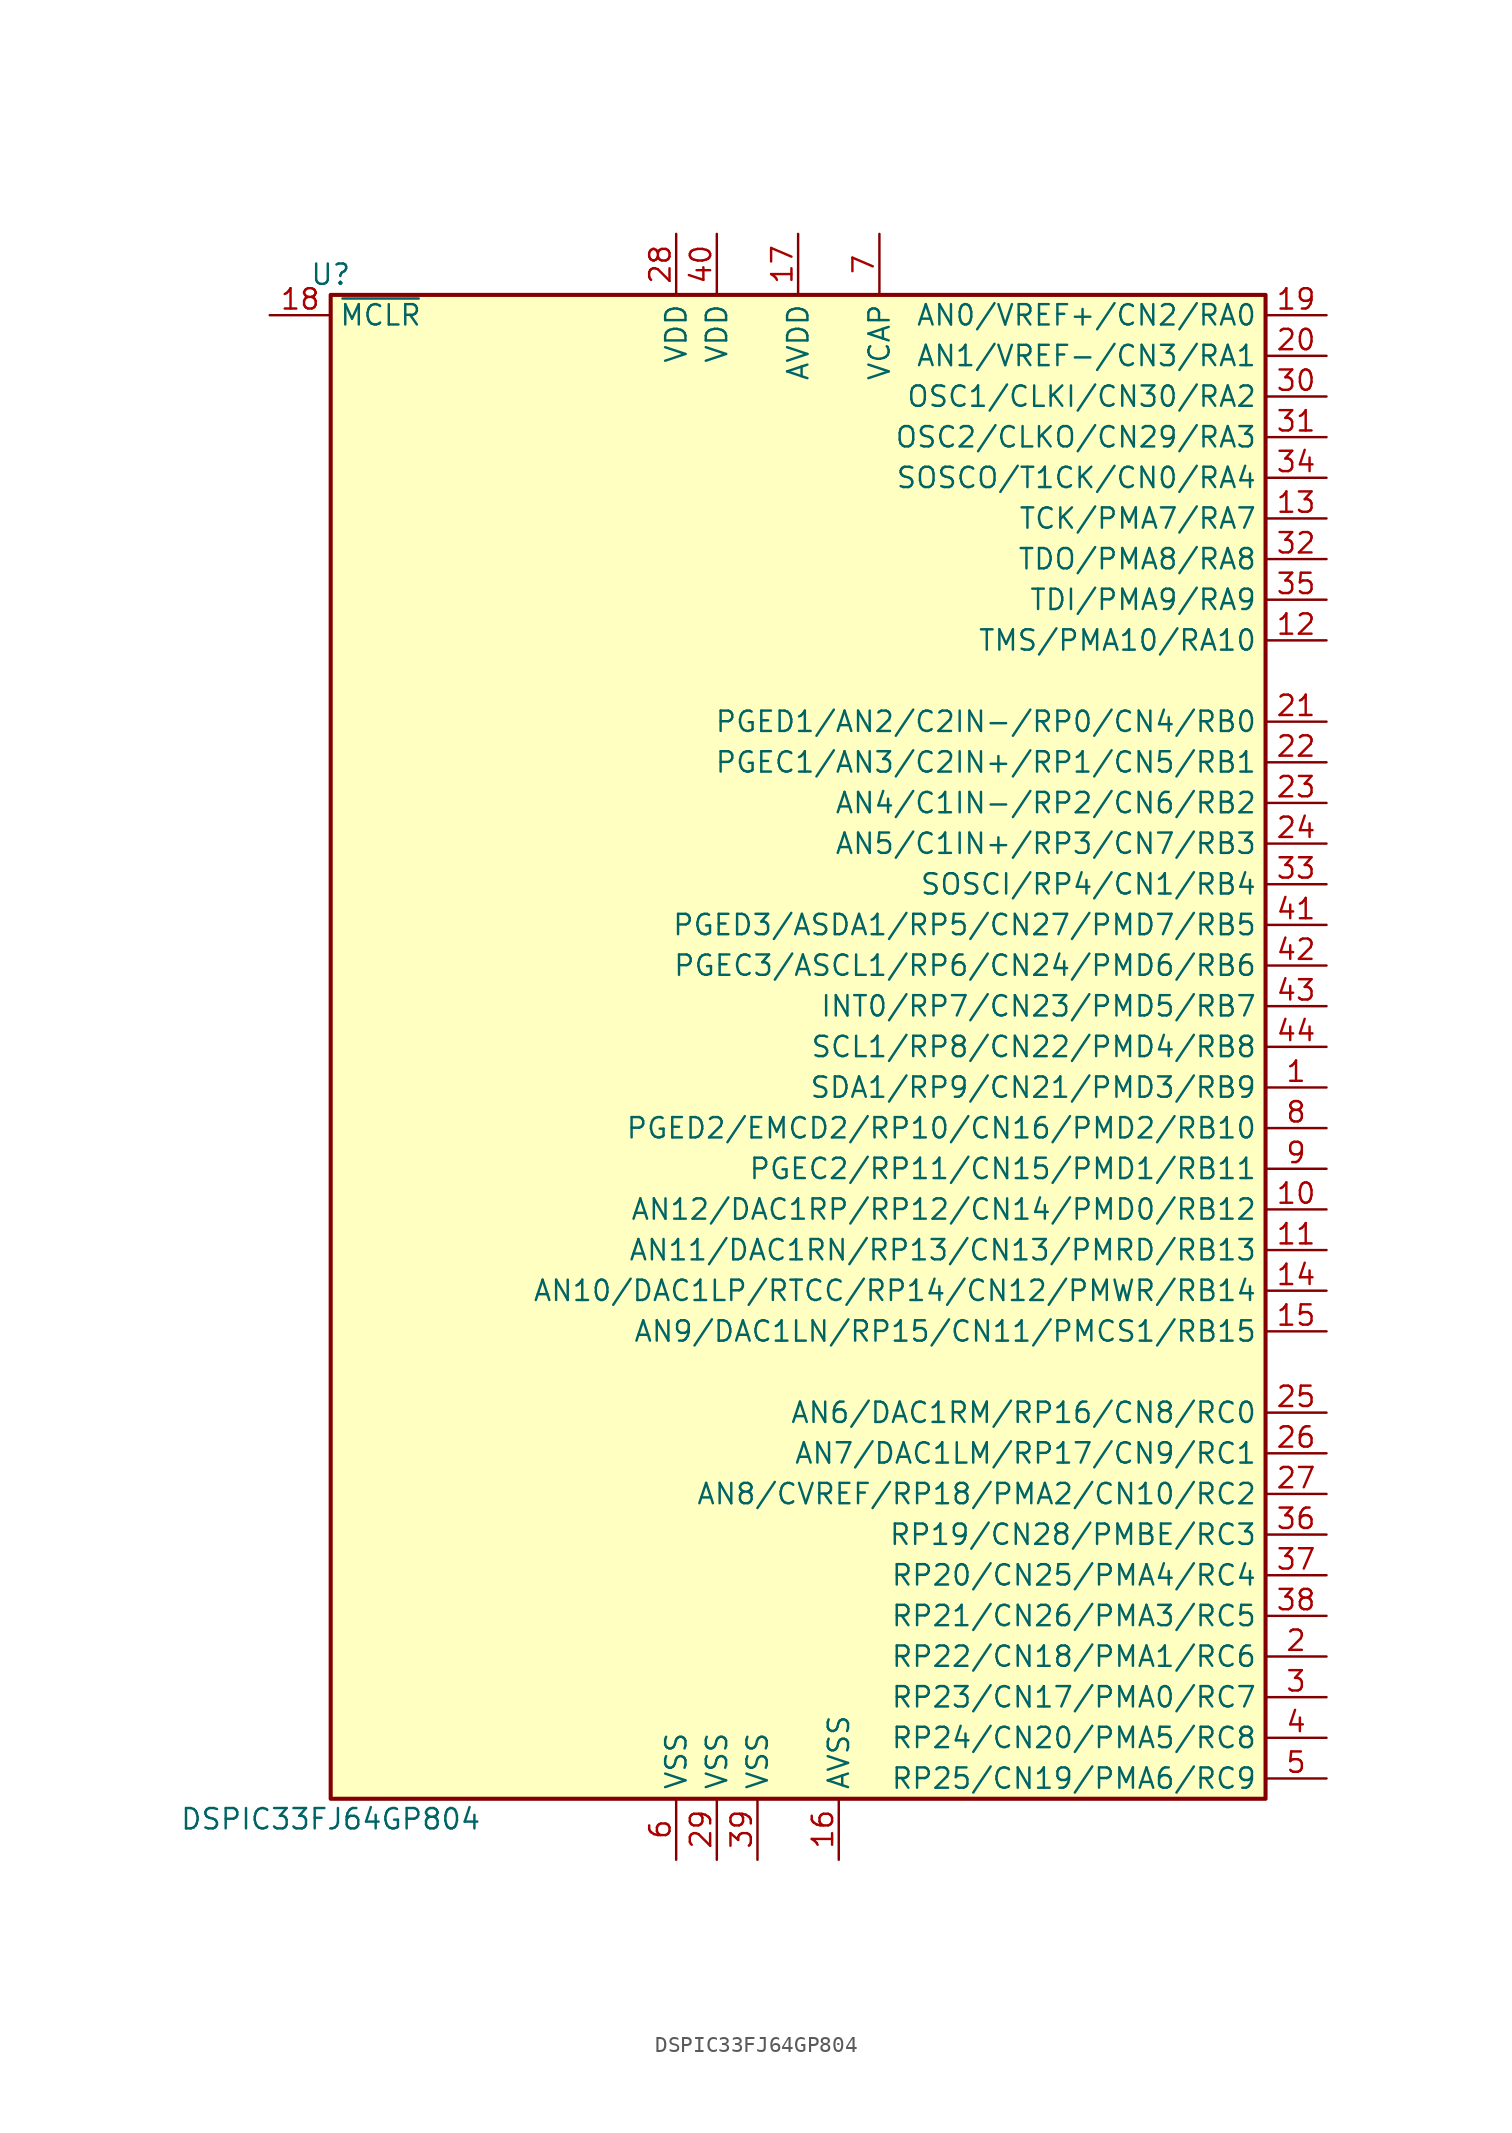
<source format=kicad_sym>
(kicad_symbol_lib
  (version 20241209)
  (generator "kicad_symbol_editor")
  (generator_version "9.0")
  (symbol "DSPIC33FJ64GP804"
    (property "Reference" "U"
      (at -29.21 48.26 0)
      (effects (font (size 1.27 1.27))))
    (property "Value" "DSPIC33FJ64GP804"
      (at -29.21 -48.26 0)
      (effects (font (size 1.27 1.27))))
    (symbol "DSPIC33FJ64GP804_1_1"
      (rectangle (start -29.21 46.99) (end 29.21 -46.99) (stroke (width 0.254) (type default)) (fill (type background)))
      (pin input line (at -33.02 45.72 0) (length 3.81) (name "~{MCLR}" (effects (font (size 1.27 1.27)))) (number "18" (effects (font (size 1.27 1.27)))))
      (pin power_in line (at -7.62 50.8 270) (length 3.81) (name "VDD" (effects (font (size 1.27 1.27)))) (number "28" (effects (font (size 1.27 1.27)))))
      (pin power_in line (at -7.62 -50.8 90) (length 3.81) (name "VSS" (effects (font (size 1.27 1.27)))) (number "6" (effects (font (size 1.27 1.27)))))
      (pin power_in line (at -5.08 50.8 270) (length 3.81) (name "VDD" (effects (font (size 1.27 1.27)))) (number "40" (effects (font (size 1.27 1.27)))))
      (pin power_in line (at -5.08 -50.8 90) (length 3.81) (name "VSS" (effects (font (size 1.27 1.27)))) (number "29" (effects (font (size 1.27 1.27)))))
      (pin power_in line (at -2.54 -50.8 90) (length 3.81) (name "VSS" (effects (font (size 1.27 1.27)))) (number "39" (effects (font (size 1.27 1.27)))))
      (pin power_in line (at 0 50.8 270) (length 3.81) (name "AVDD" (effects (font (size 1.27 1.27)))) (number "17" (effects (font (size 1.27 1.27)))))
      (pin power_in line (at 2.54 -50.8 90) (length 3.81) (name "AVSS" (effects (font (size 1.27 1.27)))) (number "16" (effects (font (size 1.27 1.27)))))
      (pin power_in line (at 5.08 50.8 270) (length 3.81) (name "VCAP" (effects (font (size 1.27 1.27)))) (number "7" (effects (font (size 1.27 1.27)))))
      (pin bidirectional line (at 33.02 45.72 180) (length 3.81) (name "AN0/VREF+/CN2/RA0" (effects (font (size 1.27 1.27)))) (number "19" (effects (font (size 1.27 1.27)))))
      (pin bidirectional line (at 33.02 43.18 180) (length 3.81) (name "AN1/VREF-/CN3/RA1" (effects (font (size 1.27 1.27)))) (number "20" (effects (font (size 1.27 1.27)))))
      (pin input line (at 33.02 40.64 180) (length 3.81) (name "OSC1/CLKI/CN30/RA2" (effects (font (size 1.27 1.27)))) (number "30" (effects (font (size 1.27 1.27)))))
      (pin input line (at 33.02 38.1 180) (length 3.81) (name "OSC2/CLKO/CN29/RA3" (effects (font (size 1.27 1.27)))) (number "31" (effects (font (size 1.27 1.27)))))
      (pin input line (at 33.02 35.56 180) (length 3.81) (name "SOSCO/T1CK/CN0/RA4" (effects (font (size 1.27 1.27)))) (number "34" (effects (font (size 1.27 1.27)))))
      (pin bidirectional line (at 33.02 33.02 180) (length 3.81) (name "TCK/PMA7/RA7" (effects (font (size 1.27 1.27)))) (number "13" (effects (font (size 1.27 1.27)))))
      (pin input line (at 33.02 30.48 180) (length 3.81) (name "TDO/PMA8/RA8" (effects (font (size 1.27 1.27)))) (number "32" (effects (font (size 1.27 1.27)))))
      (pin input line (at 33.02 27.94 180) (length 3.81) (name "TDI/PMA9/RA9" (effects (font (size 1.27 1.27)))) (number "35" (effects (font (size 1.27 1.27)))))
      (pin bidirectional line (at 33.02 25.4 180) (length 3.81) (name "TMS/PMA10/RA10" (effects (font (size 1.27 1.27)))) (number "12" (effects (font (size 1.27 1.27)))))
      (pin bidirectional line (at 33.02 20.32 180) (length 3.81) (name "PGED1/AN2/C2IN-/RP0/CN4/RB0" (effects (font (size 1.27 1.27)))) (number "21" (effects (font (size 1.27 1.27)))))
      (pin bidirectional line (at 33.02 17.78 180) (length 3.81) (name "PGEC1/AN3/C2IN+/RP1/CN5/RB1" (effects (font (size 1.27 1.27)))) (number "22" (effects (font (size 1.27 1.27)))))
      (pin bidirectional line (at 33.02 15.24 180) (length 3.81) (name "AN4/C1IN-/RP2/CN6/RB2" (effects (font (size 1.27 1.27)))) (number "23" (effects (font (size 1.27 1.27)))))
      (pin bidirectional line (at 33.02 12.7 180) (length 3.81) (name "AN5/C1IN+/RP3/CN7/RB3" (effects (font (size 1.27 1.27)))) (number "24" (effects (font (size 1.27 1.27)))))
      (pin input line (at 33.02 10.16 180) (length 3.81) (name "SOSCI/RP4/CN1/RB4" (effects (font (size 1.27 1.27)))) (number "33" (effects (font (size 1.27 1.27)))))
      (pin input line (at 33.02 7.62 180) (length 3.81) (name "PGED3/ASDA1/RP5/CN27/PMD7/RB5" (effects (font (size 1.27 1.27)))) (number "41" (effects (font (size 1.27 1.27)))))
      (pin input line (at 33.02 5.08 180) (length 3.81) (name "PGEC3/ASCL1/RP6/CN24/PMD6/RB6" (effects (font (size 1.27 1.27)))) (number "42" (effects (font (size 1.27 1.27)))))
      (pin input line (at 33.02 2.54 180) (length 3.81) (name "INT0/RP7/CN23/PMD5/RB7" (effects (font (size 1.27 1.27)))) (number "43" (effects (font (size 1.27 1.27)))))
      (pin input line (at 33.02 0 180) (length 3.81) (name "SCL1/RP8/CN22/PMD4/RB8" (effects (font (size 1.27 1.27)))) (number "44" (effects (font (size 1.27 1.27)))))
      (pin bidirectional line (at 33.02 -2.54 180) (length 3.81) (name "SDA1/RP9/CN21/PMD3/RB9" (effects (font (size 1.27 1.27)))) (number "1" (effects (font (size 1.27 1.27)))))
      (pin bidirectional line (at 33.02 -5.08 180) (length 3.81) (name "PGED2/EMCD2/RP10/CN16/PMD2/RB10" (effects (font (size 1.27 1.27)))) (number "8" (effects (font (size 1.27 1.27)))))
      (pin bidirectional line (at 33.02 -7.62 180) (length 3.81) (name "PGEC2/RP11/CN15/PMD1/RB11" (effects (font (size 1.27 1.27)))) (number "9" (effects (font (size 1.27 1.27)))))
      (pin bidirectional line (at 33.02 -10.16 180) (length 3.81) (name "AN12/DAC1RP/RP12/CN14/PMD0/RB12" (effects (font (size 1.27 1.27)))) (number "10" (effects (font (size 1.27 1.27)))))
      (pin bidirectional line (at 33.02 -12.7 180) (length 3.81) (name "AN11/DAC1RN/RP13/CN13/PMRD/RB13" (effects (font (size 1.27 1.27)))) (number "11" (effects (font (size 1.27 1.27)))))
      (pin bidirectional line (at 33.02 -15.24 180) (length 3.81) (name "AN10/DAC1LP/RTCC/RP14/CN12/PMWR/RB14" (effects (font (size 1.27 1.27)))) (number "14" (effects (font (size 1.27 1.27)))))
      (pin bidirectional line (at 33.02 -17.78 180) (length 3.81) (name "AN9/DAC1LN/RP15/CN11/PMCS1/RB15" (effects (font (size 1.27 1.27)))) (number "15" (effects (font (size 1.27 1.27)))))
      (pin bidirectional line (at 33.02 -22.86 180) (length 3.81) (name "AN6/DAC1RM/RP16/CN8/RC0" (effects (font (size 1.27 1.27)))) (number "25" (effects (font (size 1.27 1.27)))))
      (pin bidirectional line (at 33.02 -25.4 180) (length 3.81) (name "AN7/DAC1LM/RP17/CN9/RC1" (effects (font (size 1.27 1.27)))) (number "26" (effects (font (size 1.27 1.27)))))
      (pin bidirectional line (at 33.02 -27.94 180) (length 3.81) (name "AN8/CVREF/RP18/PMA2/CN10/RC2" (effects (font (size 1.27 1.27)))) (number "27" (effects (font (size 1.27 1.27)))))
      (pin input line (at 33.02 -30.48 180) (length 3.81) (name "RP19/CN28/PMBE/RC3" (effects (font (size 1.27 1.27)))) (number "36" (effects (font (size 1.27 1.27)))))
      (pin input line (at 33.02 -33.02 180) (length 3.81) (name "RP20/CN25/PMA4/RC4" (effects (font (size 1.27 1.27)))) (number "37" (effects (font (size 1.27 1.27)))))
      (pin input line (at 33.02 -35.56 180) (length 3.81) (name "RP21/CN26/PMA3/RC5" (effects (font (size 1.27 1.27)))) (number "38" (effects (font (size 1.27 1.27)))))
      (pin bidirectional line (at 33.02 -38.1 180) (length 3.81) (name "RP22/CN18/PMA1/RC6" (effects (font (size 1.27 1.27)))) (number "2" (effects (font (size 1.27 1.27)))))
      (pin bidirectional line (at 33.02 -40.64 180) (length 3.81) (name "RP23/CN17/PMA0/RC7" (effects (font (size 1.27 1.27)))) (number "3" (effects (font (size 1.27 1.27)))))
      (pin bidirectional line (at 33.02 -43.18 180) (length 3.81) (name "RP24/CN20/PMA5/RC8" (effects (font (size 1.27 1.27)))) (number "4" (effects (font (size 1.27 1.27)))))
      (pin bidirectional line (at 33.02 -45.72 180) (length 3.81) (name "RP25/CN19/PMA6/RC9" (effects (font (size 1.27 1.27)))) (number "5" (effects (font (size 1.27 1.27))))))))
</source>
